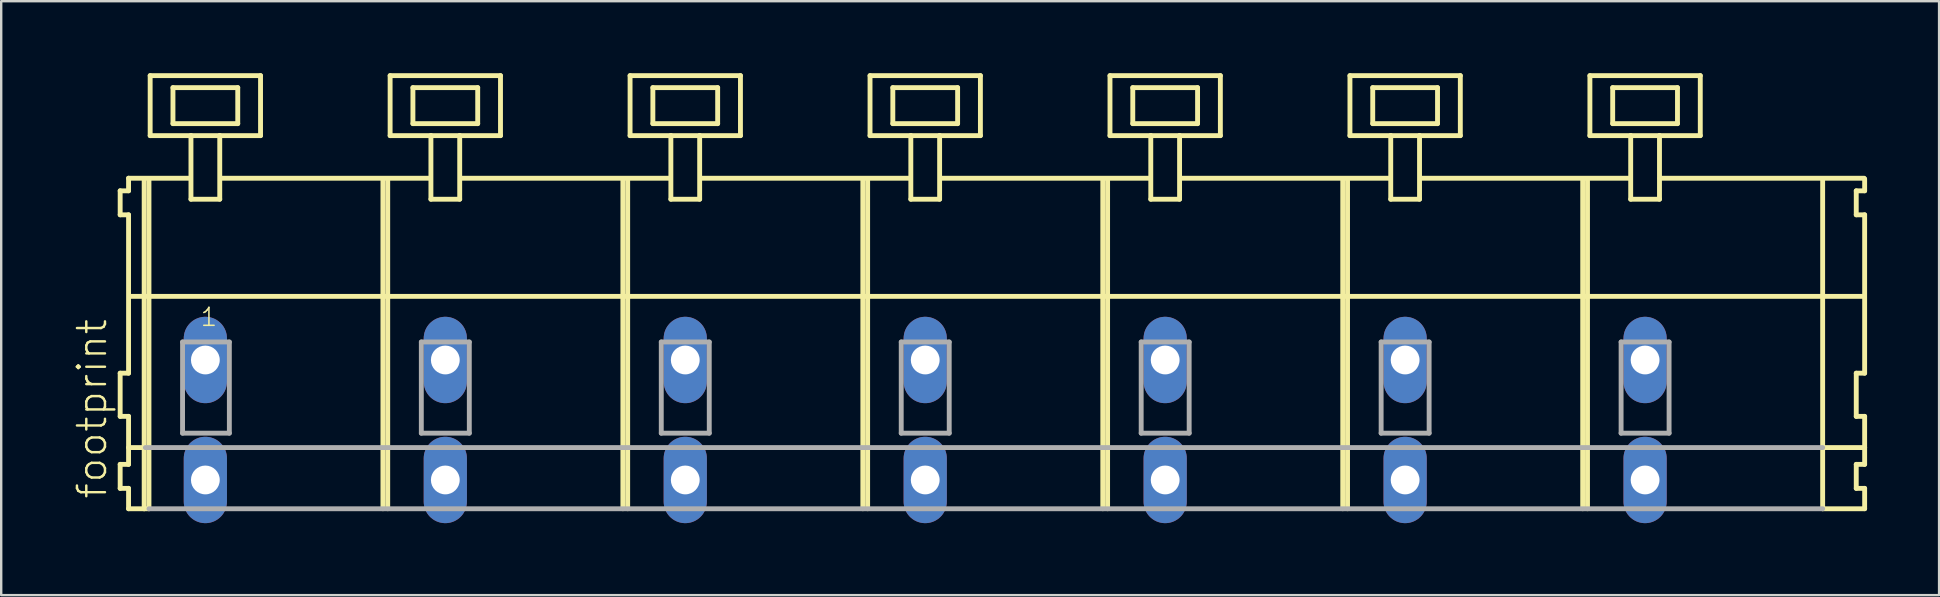
<source format=kicad_pcb>
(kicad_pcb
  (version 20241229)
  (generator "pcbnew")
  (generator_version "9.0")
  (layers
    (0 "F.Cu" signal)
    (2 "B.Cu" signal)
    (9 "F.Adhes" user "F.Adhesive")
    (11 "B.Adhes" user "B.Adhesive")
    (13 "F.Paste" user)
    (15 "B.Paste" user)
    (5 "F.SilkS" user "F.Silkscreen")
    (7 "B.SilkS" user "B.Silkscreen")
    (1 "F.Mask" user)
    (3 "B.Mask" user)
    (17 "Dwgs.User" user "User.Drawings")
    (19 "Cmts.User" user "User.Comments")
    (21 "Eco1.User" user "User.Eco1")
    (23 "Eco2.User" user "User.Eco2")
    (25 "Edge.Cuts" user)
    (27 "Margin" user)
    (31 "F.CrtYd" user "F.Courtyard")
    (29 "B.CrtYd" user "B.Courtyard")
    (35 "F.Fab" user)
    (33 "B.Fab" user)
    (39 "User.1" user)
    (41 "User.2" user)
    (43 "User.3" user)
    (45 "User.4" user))
  (footprint "footprint"
    (layer "F.Cu")
    (at 33.008 11.952)
    (property "Reference" "footprint" (at -31.535 5.855 90) (layer "F.SilkS") (effects (font (size 1.168 1.168) (thickness 0.102)) (justify left bottom)))
    (fp_line (start -31.05 -7.05) (end -31.05 -6.05) (stroke (width 0.203) (type solid)) (layer "F.SilkS"))
    (fp_line (start -31.05 -6.05) (end -30.7 -6.05) (stroke (width 0.203) (type solid)) (layer "F.SilkS"))
    (fp_line (start -31.05 0.55) (end -31.05 2.35) (stroke (width 0.203) (type solid)) (layer "F.SilkS"))
    (fp_line (start -31.05 2.35) (end -30.7 2.35) (stroke (width 0.203) (type solid)) (layer "F.SilkS"))
    (fp_line (start -31.05 4.35) (end -31.05 5.35) (stroke (width 0.203) (type solid)) (layer "F.SilkS"))
    (fp_line (start -31.05 5.35) (end -30.7 5.35) (stroke (width 0.203) (type solid)) (layer "F.SilkS"))
    (fp_line (start -30.7 -7.575) (end -30.7 -7.05) (stroke (width 0.203) (type solid)) (layer "F.SilkS"))
    (fp_line (start -30.7 -7.575) (end -28.125 -7.575) (stroke (width 0.203) (type solid)) (layer "F.SilkS"))
    (fp_line (start -30.7 -7.05) (end -31.05 -7.05) (stroke (width 0.203) (type solid)) (layer "F.SilkS"))
    (fp_line (start -30.7 -6.05) (end -30.7 0.55) (stroke (width 0.203) (type solid)) (layer "F.SilkS"))
    (fp_line (start -30.7 0.55) (end -31.05 0.55) (stroke (width 0.203) (type solid)) (layer "F.SilkS"))
    (fp_line (start -30.7 2.35) (end -30.7 4.35) (stroke (width 0.203) (type solid)) (layer "F.SilkS"))
    (fp_line (start -30.7 3.65) (end -30 3.65) (stroke (width 0.203) (type solid)) (layer "F.SilkS"))
    (fp_line (start -30.7 4.35) (end -31.05 4.35) (stroke (width 0.203) (type solid)) (layer "F.SilkS"))
    (fp_line (start -30.7 5.35) (end -30.7 6.2) (stroke (width 0.203) (type solid)) (layer "F.SilkS"))
    (fp_line (start -30.7 6.2) (end -30.05 6.2) (stroke (width 0.203) (type solid)) (layer "F.SilkS"))
    (fp_line (start -30.65 -2.65) (end 41.6 -2.65) (stroke (width 0.203) (type solid)) (layer "F.SilkS"))
    (fp_line (start -30.05 -7.55) (end -30.05 6.2) (stroke (width 0.203) (type solid)) (layer "F.SilkS"))
    (fp_line (start -30.05 6.2) (end -29.85 6.2) (stroke (width 0.203) (type solid)) (layer "F.SilkS"))
    (fp_line (start -29.85 -7.55) (end -29.85 6.2) (stroke (width 0.203) (type solid)) (layer "F.SilkS"))
    (fp_line (start -29.8 -11.85) (end -29.8 -9.35) (stroke (width 0.203) (type solid)) (layer "F.SilkS"))
    (fp_line (start -29.8 -9.35) (end -28.1 -9.35) (stroke (width 0.203) (type solid)) (layer "F.SilkS"))
    (fp_line (start -28.85 -11.35) (end -28.85 -9.85) (stroke (width 0.203) (type solid)) (layer "F.SilkS"))
    (fp_line (start -28.85 -9.85) (end -26.15 -9.85) (stroke (width 0.203) (type solid)) (layer "F.SilkS"))
    (fp_line (start -28.1 -9.35) (end -28.1 -6.7) (stroke (width 0.203) (type solid)) (layer "F.SilkS"))
    (fp_line (start -28.1 -9.35) (end -26.9 -9.35) (stroke (width 0.203) (type solid)) (layer "F.SilkS"))
    (fp_line (start -28.1 -6.7) (end -26.9 -6.7) (stroke (width 0.203) (type solid)) (layer "F.SilkS"))
    (fp_line (start -26.9 -9.35) (end -25.2 -9.35) (stroke (width 0.203) (type solid)) (layer "F.SilkS"))
    (fp_line (start -26.9 -6.7) (end -26.9 -9.35) (stroke (width 0.203) (type solid)) (layer "F.SilkS"))
    (fp_line (start -26.825 -7.575) (end -18.125 -7.575) (stroke (width 0.203) (type solid)) (layer "F.SilkS"))
    (fp_line (start -26.15 -11.35) (end -28.85 -11.35) (stroke (width 0.203) (type solid)) (layer "F.SilkS"))
    (fp_line (start -26.15 -9.85) (end -26.15 -11.35) (stroke (width 0.203) (type solid)) (layer "F.SilkS"))
    (fp_line (start -25.2 -11.85) (end -29.8 -11.85) (stroke (width 0.203) (type solid)) (layer "F.SilkS"))
    (fp_line (start -25.2 -9.35) (end -25.2 -11.85) (stroke (width 0.203) (type solid)) (layer "F.SilkS"))
    (fp_line (start -20.1 -7.55) (end -20.1 6.2) (stroke (width 0.203) (type solid)) (layer "F.SilkS"))
    (fp_line (start -19.9 -7.55) (end -19.9 6.2) (stroke (width 0.203) (type solid)) (layer "F.SilkS"))
    (fp_line (start -19.8 -11.85) (end -19.8 -9.35) (stroke (width 0.203) (type solid)) (layer "F.SilkS"))
    (fp_line (start -19.8 -9.35) (end -18.1 -9.35) (stroke (width 0.203) (type solid)) (layer "F.SilkS"))
    (fp_line (start -18.85 -11.35) (end -18.85 -9.85) (stroke (width 0.203) (type solid)) (layer "F.SilkS"))
    (fp_line (start -18.85 -9.85) (end -16.15 -9.85) (stroke (width 0.203) (type solid)) (layer "F.SilkS"))
    (fp_line (start -18.1 -9.35) (end -18.1 -6.7) (stroke (width 0.203) (type solid)) (layer "F.SilkS"))
    (fp_line (start -18.1 -9.35) (end -16.9 -9.35) (stroke (width 0.203) (type solid)) (layer "F.SilkS"))
    (fp_line (start -18.1 -6.7) (end -16.9 -6.7) (stroke (width 0.203) (type solid)) (layer "F.SilkS"))
    (fp_line (start -16.9 -9.35) (end -15.2 -9.35) (stroke (width 0.203) (type solid)) (layer "F.SilkS"))
    (fp_line (start -16.9 -6.7) (end -16.9 -9.35) (stroke (width 0.203) (type solid)) (layer "F.SilkS"))
    (fp_line (start -16.825 -7.575) (end -8.125 -7.575) (stroke (width 0.203) (type solid)) (layer "F.SilkS"))
    (fp_line (start -16.15 -11.35) (end -18.85 -11.35) (stroke (width 0.203) (type solid)) (layer "F.SilkS"))
    (fp_line (start -16.15 -9.85) (end -16.15 -11.35) (stroke (width 0.203) (type solid)) (layer "F.SilkS"))
    (fp_line (start -15.2 -11.85) (end -19.8 -11.85) (stroke (width 0.203) (type solid)) (layer "F.SilkS"))
    (fp_line (start -15.2 -9.35) (end -15.2 -11.85) (stroke (width 0.203) (type solid)) (layer "F.SilkS"))
    (fp_line (start -10.1 -7.55) (end -10.1 6.2) (stroke (width 0.203) (type solid)) (layer "F.SilkS"))
    (fp_line (start -9.9 -7.55) (end -9.9 6.2) (stroke (width 0.203) (type solid)) (layer "F.SilkS"))
    (fp_line (start -9.8 -11.85) (end -9.8 -9.35) (stroke (width 0.203) (type solid)) (layer "F.SilkS"))
    (fp_line (start -9.8 -9.35) (end -8.1 -9.35) (stroke (width 0.203) (type solid)) (layer "F.SilkS"))
    (fp_line (start -8.85 -11.35) (end -8.85 -9.85) (stroke (width 0.203) (type solid)) (layer "F.SilkS"))
    (fp_line (start -8.85 -9.85) (end -6.15 -9.85) (stroke (width 0.203) (type solid)) (layer "F.SilkS"))
    (fp_line (start -8.1 -9.35) (end -8.1 -6.7) (stroke (width 0.203) (type solid)) (layer "F.SilkS"))
    (fp_line (start -8.1 -9.35) (end -6.9 -9.35) (stroke (width 0.203) (type solid)) (layer "F.SilkS"))
    (fp_line (start -8.1 -6.7) (end -6.9 -6.7) (stroke (width 0.203) (type solid)) (layer "F.SilkS"))
    (fp_line (start -6.9 -9.35) (end -5.2 -9.35) (stroke (width 0.203) (type solid)) (layer "F.SilkS"))
    (fp_line (start -6.9 -6.7) (end -6.9 -9.35) (stroke (width 0.203) (type solid)) (layer "F.SilkS"))
    (fp_line (start -6.825 -7.575) (end 1.875 -7.575) (stroke (width 0.203) (type solid)) (layer "F.SilkS"))
    (fp_line (start -6.15 -11.35) (end -8.85 -11.35) (stroke (width 0.203) (type solid)) (layer "F.SilkS"))
    (fp_line (start -6.15 -9.85) (end -6.15 -11.35) (stroke (width 0.203) (type solid)) (layer "F.SilkS"))
    (fp_line (start -5.2 -11.85) (end -9.8 -11.85) (stroke (width 0.203) (type solid)) (layer "F.SilkS"))
    (fp_line (start -5.2 -9.35) (end -5.2 -11.85) (stroke (width 0.203) (type solid)) (layer "F.SilkS"))
    (fp_line (start -0.1 -7.55) (end -0.1 6.2) (stroke (width 0.203) (type solid)) (layer "F.SilkS"))
    (fp_line (start 0.1 -7.55) (end 0.1 6.2) (stroke (width 0.203) (type solid)) (layer "F.SilkS"))
    (fp_line (start 0.2 -11.85) (end 0.2 -9.35) (stroke (width 0.203) (type solid)) (layer "F.SilkS"))
    (fp_line (start 0.2 -9.35) (end 1.9 -9.35) (stroke (width 0.203) (type solid)) (layer "F.SilkS"))
    (fp_line (start 1.15 -11.35) (end 1.15 -9.85) (stroke (width 0.203) (type solid)) (layer "F.SilkS"))
    (fp_line (start 1.15 -9.85) (end 3.85 -9.85) (stroke (width 0.203) (type solid)) (layer "F.SilkS"))
    (fp_line (start 1.9 -9.35) (end 1.9 -6.7) (stroke (width 0.203) (type solid)) (layer "F.SilkS"))
    (fp_line (start 1.9 -9.35) (end 3.1 -9.35) (stroke (width 0.203) (type solid)) (layer "F.SilkS"))
    (fp_line (start 1.9 -6.7) (end 3.1 -6.7) (stroke (width 0.203) (type solid)) (layer "F.SilkS"))
    (fp_line (start 3.1 -9.35) (end 4.8 -9.35) (stroke (width 0.203) (type solid)) (layer "F.SilkS"))
    (fp_line (start 3.1 -6.7) (end 3.1 -9.35) (stroke (width 0.203) (type solid)) (layer "F.SilkS"))
    (fp_line (start 3.175 -7.575) (end 11.875 -7.575) (stroke (width 0.203) (type solid)) (layer "F.SilkS"))
    (fp_line (start 3.85 -11.35) (end 1.15 -11.35) (stroke (width 0.203) (type solid)) (layer "F.SilkS"))
    (fp_line (start 3.85 -9.85) (end 3.85 -11.35) (stroke (width 0.203) (type solid)) (layer "F.SilkS"))
    (fp_line (start 4.8 -11.85) (end 0.2 -11.85) (stroke (width 0.203) (type solid)) (layer "F.SilkS"))
    (fp_line (start 4.8 -9.35) (end 4.8 -11.85) (stroke (width 0.203) (type solid)) (layer "F.SilkS"))
    (fp_line (start 9.9 -7.55) (end 9.9 6.2) (stroke (width 0.203) (type solid)) (layer "F.SilkS"))
    (fp_line (start 10.1 -7.55) (end 10.1 6.2) (stroke (width 0.203) (type solid)) (layer "F.SilkS"))
    (fp_line (start 10.2 -11.85) (end 10.2 -9.35) (stroke (width 0.203) (type solid)) (layer "F.SilkS"))
    (fp_line (start 10.2 -9.35) (end 11.9 -9.35) (stroke (width 0.203) (type solid)) (layer "F.SilkS"))
    (fp_line (start 11.15 -11.35) (end 11.15 -9.85) (stroke (width 0.203) (type solid)) (layer "F.SilkS"))
    (fp_line (start 11.15 -9.85) (end 13.85 -9.85) (stroke (width 0.203) (type solid)) (layer "F.SilkS"))
    (fp_line (start 11.9 -9.35) (end 11.9 -6.7) (stroke (width 0.203) (type solid)) (layer "F.SilkS"))
    (fp_line (start 11.9 -9.35) (end 13.1 -9.35) (stroke (width 0.203) (type solid)) (layer "F.SilkS"))
    (fp_line (start 11.9 -6.7) (end 13.1 -6.7) (stroke (width 0.203) (type solid)) (layer "F.SilkS"))
    (fp_line (start 13.1 -9.35) (end 14.8 -9.35) (stroke (width 0.203) (type solid)) (layer "F.SilkS"))
    (fp_line (start 13.1 -6.7) (end 13.1 -9.35) (stroke (width 0.203) (type solid)) (layer "F.SilkS"))
    (fp_line (start 13.175 -7.575) (end 21.875 -7.575) (stroke (width 0.203) (type solid)) (layer "F.SilkS"))
    (fp_line (start 13.85 -11.35) (end 11.15 -11.35) (stroke (width 0.203) (type solid)) (layer "F.SilkS"))
    (fp_line (start 13.85 -9.85) (end 13.85 -11.35) (stroke (width 0.203) (type solid)) (layer "F.SilkS"))
    (fp_line (start 14.8 -11.85) (end 10.2 -11.85) (stroke (width 0.203) (type solid)) (layer "F.SilkS"))
    (fp_line (start 14.8 -9.35) (end 14.8 -11.85) (stroke (width 0.203) (type solid)) (layer "F.SilkS"))
    (fp_line (start 19.9 -7.55) (end 19.9 6.2) (stroke (width 0.203) (type solid)) (layer "F.SilkS"))
    (fp_line (start 20.1 -7.55) (end 20.1 6.2) (stroke (width 0.203) (type solid)) (layer "F.SilkS"))
    (fp_line (start 20.2 -11.85) (end 20.2 -9.35) (stroke (width 0.203) (type solid)) (layer "F.SilkS"))
    (fp_line (start 20.2 -9.35) (end 21.9 -9.35) (stroke (width 0.203) (type solid)) (layer "F.SilkS"))
    (fp_line (start 21.15 -11.35) (end 21.15 -9.85) (stroke (width 0.203) (type solid)) (layer "F.SilkS"))
    (fp_line (start 21.15 -9.85) (end 23.85 -9.85) (stroke (width 0.203) (type solid)) (layer "F.SilkS"))
    (fp_line (start 21.9 -9.35) (end 21.9 -6.7) (stroke (width 0.203) (type solid)) (layer "F.SilkS"))
    (fp_line (start 21.9 -9.35) (end 23.1 -9.35) (stroke (width 0.203) (type solid)) (layer "F.SilkS"))
    (fp_line (start 21.9 -6.7) (end 23.1 -6.7) (stroke (width 0.203) (type solid)) (layer "F.SilkS"))
    (fp_line (start 23.1 -9.35) (end 24.8 -9.35) (stroke (width 0.203) (type solid)) (layer "F.SilkS"))
    (fp_line (start 23.1 -6.7) (end 23.1 -9.35) (stroke (width 0.203) (type solid)) (layer "F.SilkS"))
    (fp_line (start 23.175 -7.575) (end 31.875 -7.575) (stroke (width 0.203) (type solid)) (layer "F.SilkS"))
    (fp_line (start 23.85 -11.35) (end 21.15 -11.35) (stroke (width 0.203) (type solid)) (layer "F.SilkS"))
    (fp_line (start 23.85 -9.85) (end 23.85 -11.35) (stroke (width 0.203) (type solid)) (layer "F.SilkS"))
    (fp_line (start 24.8 -11.85) (end 20.2 -11.85) (stroke (width 0.203) (type solid)) (layer "F.SilkS"))
    (fp_line (start 24.8 -9.35) (end 24.8 -11.85) (stroke (width 0.203) (type solid)) (layer "F.SilkS"))
    (fp_line (start 29.9 -7.55) (end 29.9 6.2) (stroke (width 0.203) (type solid)) (layer "F.SilkS"))
    (fp_line (start 30.1 -7.55) (end 30.1 6.2) (stroke (width 0.203) (type solid)) (layer "F.SilkS"))
    (fp_line (start 30.2 -11.85) (end 30.2 -9.35) (stroke (width 0.203) (type solid)) (layer "F.SilkS"))
    (fp_line (start 30.2 -9.35) (end 31.9 -9.35) (stroke (width 0.203) (type solid)) (layer "F.SilkS"))
    (fp_line (start 31.15 -11.35) (end 31.15 -9.85) (stroke (width 0.203) (type solid)) (layer "F.SilkS"))
    (fp_line (start 31.15 -9.85) (end 33.85 -9.85) (stroke (width 0.203) (type solid)) (layer "F.SilkS"))
    (fp_line (start 31.9 -9.35) (end 31.9 -6.7) (stroke (width 0.203) (type solid)) (layer "F.SilkS"))
    (fp_line (start 31.9 -9.35) (end 33.1 -9.35) (stroke (width 0.203) (type solid)) (layer "F.SilkS"))
    (fp_line (start 31.9 -6.7) (end 33.1 -6.7) (stroke (width 0.203) (type solid)) (layer "F.SilkS"))
    (fp_line (start 33.1 -9.35) (end 34.8 -9.35) (stroke (width 0.203) (type solid)) (layer "F.SilkS"))
    (fp_line (start 33.1 -6.7) (end 33.1 -9.35) (stroke (width 0.203) (type solid)) (layer "F.SilkS"))
    (fp_line (start 33.125 -7.575) (end 41.625 -7.575) (stroke (width 0.203) (type solid)) (layer "F.SilkS"))
    (fp_line (start 33.85 -11.35) (end 31.15 -11.35) (stroke (width 0.203) (type solid)) (layer "F.SilkS"))
    (fp_line (start 33.85 -9.85) (end 33.85 -11.35) (stroke (width 0.203) (type solid)) (layer "F.SilkS"))
    (fp_line (start 34.8 -11.85) (end 30.2 -11.85) (stroke (width 0.203) (type solid)) (layer "F.SilkS"))
    (fp_line (start 34.8 -9.35) (end 34.8 -11.85) (stroke (width 0.203) (type solid)) (layer "F.SilkS"))
    (fp_line (start 39.9 -7.55) (end 39.9 6.2) (stroke (width 0.203) (type solid)) (layer "F.SilkS"))
    (fp_line (start 39.9 6.2) (end 41.65 6.2) (stroke (width 0.203) (type solid)) (layer "F.SilkS"))
    (fp_line (start 39.95 3.65) (end 41.65 3.65) (stroke (width 0.203) (type solid)) (layer "F.SilkS"))
    (fp_line (start 41.3 -7.05) (end 41.3 -6.05) (stroke (width 0.203) (type solid)) (layer "F.SilkS"))
    (fp_line (start 41.3 -6.05) (end 41.65 -6.05) (stroke (width 0.203) (type solid)) (layer "F.SilkS"))
    (fp_line (start 41.3 0.55) (end 41.3 2.35) (stroke (width 0.203) (type solid)) (layer "F.SilkS"))
    (fp_line (start 41.3 2.35) (end 41.65 2.35) (stroke (width 0.203) (type solid)) (layer "F.SilkS"))
    (fp_line (start 41.3 4.35) (end 41.3 5.35) (stroke (width 0.203) (type solid)) (layer "F.SilkS"))
    (fp_line (start 41.3 5.35) (end 41.65 5.35) (stroke (width 0.203) (type solid)) (layer "F.SilkS"))
    (fp_line (start 41.65 -7.05) (end 41.3 -7.05) (stroke (width 0.203) (type solid)) (layer "F.SilkS"))
    (fp_line (start 41.65 -7.05) (end 41.65 -7.55) (stroke (width 0.203) (type solid)) (layer "F.SilkS"))
    (fp_line (start 41.65 0.55) (end 41.3 0.55) (stroke (width 0.203) (type solid)) (layer "F.SilkS"))
    (fp_line (start 41.65 0.55) (end 41.65 -6.05) (stroke (width 0.203) (type solid)) (layer "F.SilkS"))
    (fp_line (start 41.65 3.65) (end 41.65 2.35) (stroke (width 0.203) (type solid)) (layer "F.SilkS"))
    (fp_line (start 41.65 4.35) (end 41.3 4.35) (stroke (width 0.203) (type solid)) (layer "F.SilkS"))
    (fp_line (start 41.65 4.35) (end 41.65 3.65) (stroke (width 0.203) (type solid)) (layer "F.SilkS"))
    (fp_line (start 41.65 6.2) (end 41.65 5.35) (stroke (width 0.203) (type solid)) (layer "F.SilkS"))
    (fp_line (start -30 3.65) (end 39.9 3.65) (stroke (width 0.203) (type solid)) (layer "F.Fab"))
    (fp_line (start -29.85 6.2) (end 39.9 6.2) (stroke (width 0.203) (type solid)) (layer "F.Fab"))
    (fp_line (start -28.45 -0.75) (end -28.45 3.05) (stroke (width 0.203) (type solid)) (layer "F.Fab"))
    (fp_line (start -28.45 3.05) (end -26.5 3.05) (stroke (width 0.203) (type solid)) (layer "F.Fab"))
    (fp_line (start -26.5 -0.75) (end -28.45 -0.75) (stroke (width 0.203) (type solid)) (layer "F.Fab"))
    (fp_line (start -26.5 3.05) (end -26.5 -0.75) (stroke (width 0.203) (type solid)) (layer "F.Fab"))
    (fp_line (start -18.5 -0.75) (end -18.5 3.05) (stroke (width 0.203) (type solid)) (layer "F.Fab"))
    (fp_line (start -18.5 3.05) (end -16.5 3.05) (stroke (width 0.203) (type solid)) (layer "F.Fab"))
    (fp_line (start -16.5 -0.75) (end -18.5 -0.75) (stroke (width 0.203) (type solid)) (layer "F.Fab"))
    (fp_line (start -16.5 3.05) (end -16.5 -0.75) (stroke (width 0.203) (type solid)) (layer "F.Fab"))
    (fp_line (start -8.5 -0.75) (end -8.5 3.05) (stroke (width 0.203) (type solid)) (layer "F.Fab"))
    (fp_line (start -8.5 3.05) (end -6.5 3.05) (stroke (width 0.203) (type solid)) (layer "F.Fab"))
    (fp_line (start -6.5 -0.75) (end -8.5 -0.75) (stroke (width 0.203) (type solid)) (layer "F.Fab"))
    (fp_line (start -6.5 3.05) (end -6.5 -0.75) (stroke (width 0.203) (type solid)) (layer "F.Fab"))
    (fp_line (start 1.5 -0.75) (end 1.5 3.05) (stroke (width 0.203) (type solid)) (layer "F.Fab"))
    (fp_line (start 1.5 3.05) (end 3.5 3.05) (stroke (width 0.203) (type solid)) (layer "F.Fab"))
    (fp_line (start 3.5 -0.75) (end 1.5 -0.75) (stroke (width 0.203) (type solid)) (layer "F.Fab"))
    (fp_line (start 3.5 3.05) (end 3.5 -0.75) (stroke (width 0.203) (type solid)) (layer "F.Fab"))
    (fp_line (start 11.5 -0.75) (end 11.5 3.05) (stroke (width 0.203) (type solid)) (layer "F.Fab"))
    (fp_line (start 11.5 3.05) (end 13.5 3.05) (stroke (width 0.203) (type solid)) (layer "F.Fab"))
    (fp_line (start 13.5 -0.75) (end 11.5 -0.75) (stroke (width 0.203) (type solid)) (layer "F.Fab"))
    (fp_line (start 13.5 3.05) (end 13.5 -0.75) (stroke (width 0.203) (type solid)) (layer "F.Fab"))
    (fp_line (start 21.5 -0.75) (end 21.5 3.05) (stroke (width 0.203) (type solid)) (layer "F.Fab"))
    (fp_line (start 21.5 3.05) (end 23.5 3.05) (stroke (width 0.203) (type solid)) (layer "F.Fab"))
    (fp_line (start 23.5 -0.75) (end 21.5 -0.75) (stroke (width 0.203) (type solid)) (layer "F.Fab"))
    (fp_line (start 23.5 3.05) (end 23.5 -0.75) (stroke (width 0.203) (type solid)) (layer "F.Fab"))
    (fp_line (start 31.5 -0.75) (end 31.5 3.05) (stroke (width 0.203) (type solid)) (layer "F.Fab"))
    (fp_line (start 31.5 3.05) (end 33.5 3.05) (stroke (width 0.203) (type solid)) (layer "F.Fab"))
    (fp_line (start 33.5 -0.75) (end 31.5 -0.75) (stroke (width 0.203) (type solid)) (layer "F.Fab"))
    (fp_line (start 33.5 3.05) (end 33.5 -0.75) (stroke (width 0.203) (type solid)) (layer "F.Fab"))
    (fp_text user "1" (at -27.75 -1.35 0) (layer "F.SilkS") (effects (font (size 0.748 0.748) (thickness 0.065)) (justify left bottom)))
    (pad "A1" thru_hole oval (at -27.5 0 90) (size 3.6 1.8) (drill 1.2) (layers "*.Cu" "*.Mask"))
    (pad "A2" thru_hole oval (at -17.5 0 90) (size 3.6 1.8) (drill 1.2) (layers "*.Cu" "*.Mask"))
    (pad "A3" thru_hole oval (at -7.5 0 90) (size 3.6 1.8) (drill 1.2) (layers "*.Cu" "*.Mask"))
    (pad "A4" thru_hole oval (at 2.5 0 90) (size 3.6 1.8) (drill 1.2) (layers "*.Cu" "*.Mask"))
    (pad "A5" thru_hole oval (at 12.5 0 90) (size 3.6 1.8) (drill 1.2) (layers "*.Cu" "*.Mask"))
    (pad "A6" thru_hole oval (at 22.5 0 90) (size 3.6 1.8) (drill 1.2) (layers "*.Cu" "*.Mask"))
    (pad "A7" thru_hole oval (at 32.5 0 90) (size 3.6 1.8) (drill 1.2) (layers "*.Cu" "*.Mask"))
    (pad "B1" thru_hole oval (at -27.5 5 90) (size 3.6 1.8) (drill 1.2) (layers "*.Cu" "*.Mask"))
    (pad "B2" thru_hole oval (at -17.5 5 90) (size 3.6 1.8) (drill 1.2) (layers "*.Cu" "*.Mask"))
    (pad "B3" thru_hole oval (at -7.5 5 90) (size 3.6 1.8) (drill 1.2) (layers "*.Cu" "*.Mask"))
    (pad "B4" thru_hole oval (at 2.5 5 90) (size 3.6 1.8) (drill 1.2) (layers "*.Cu" "*.Mask"))
    (pad "B5" thru_hole oval (at 12.5 5 90) (size 3.6 1.8) (drill 1.2) (layers "*.Cu" "*.Mask"))
    (pad "B6" thru_hole oval (at 22.5 5 90) (size 3.6 1.8) (drill 1.2) (layers "*.Cu" "*.Mask"))
    (pad "B7" thru_hole oval (at 32.5 5 90) (size 3.6 1.8) (drill 1.2) (layers "*.Cu" "*.Mask")))
  (gr_rect
    (start -3 -3)
    (end 77.76 21.752)
    (stroke (width 0.1) (type default))
    (fill no)
    (layer "Edge.Cuts")))
</source>
